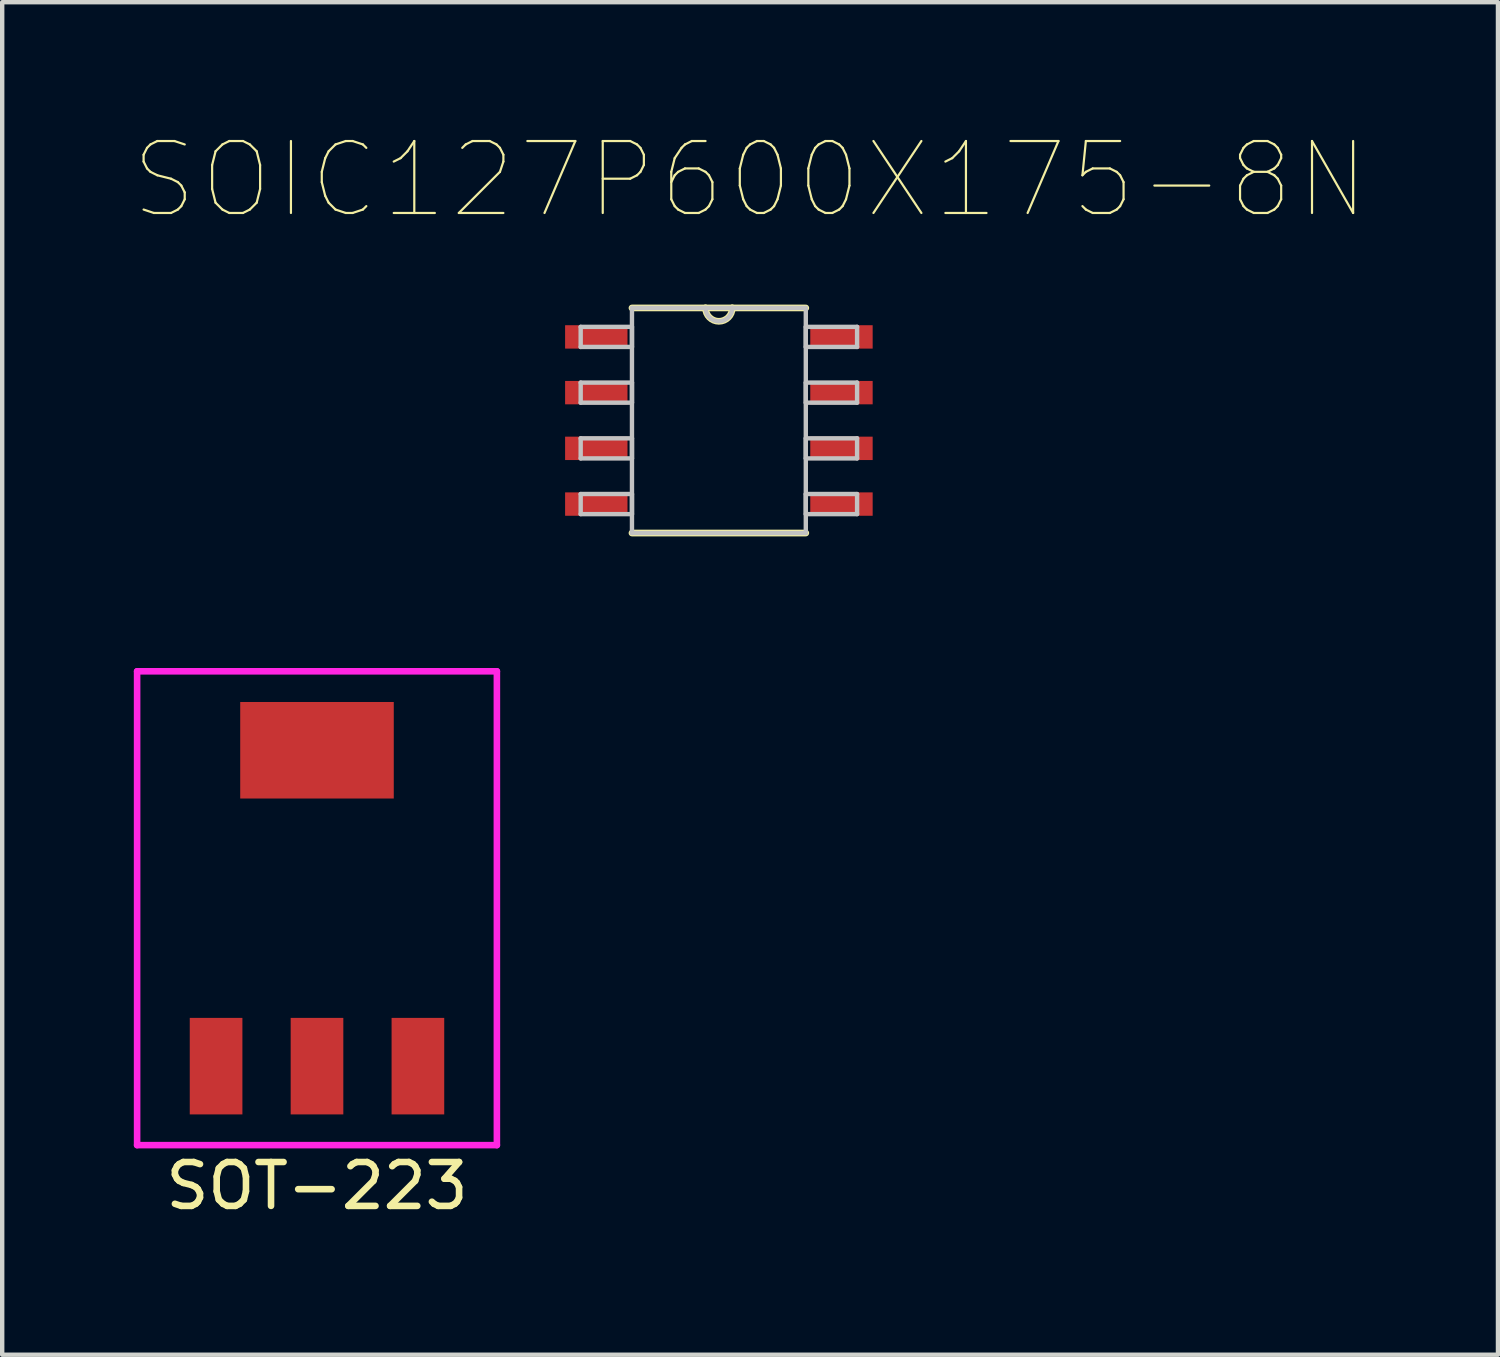
<source format=kicad_pcb>
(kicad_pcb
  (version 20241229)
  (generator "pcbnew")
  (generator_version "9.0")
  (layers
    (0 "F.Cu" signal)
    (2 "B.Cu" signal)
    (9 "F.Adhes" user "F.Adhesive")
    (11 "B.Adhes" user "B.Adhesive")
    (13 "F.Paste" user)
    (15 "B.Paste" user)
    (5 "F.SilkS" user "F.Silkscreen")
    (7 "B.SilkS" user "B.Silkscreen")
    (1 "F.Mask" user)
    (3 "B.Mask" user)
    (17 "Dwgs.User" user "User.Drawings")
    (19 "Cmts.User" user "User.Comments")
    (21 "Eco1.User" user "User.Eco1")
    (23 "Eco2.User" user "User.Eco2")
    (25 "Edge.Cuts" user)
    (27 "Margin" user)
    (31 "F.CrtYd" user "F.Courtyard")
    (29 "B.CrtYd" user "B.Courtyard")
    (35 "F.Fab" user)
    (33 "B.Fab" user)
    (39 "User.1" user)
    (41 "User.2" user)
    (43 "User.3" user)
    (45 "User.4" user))
  (footprint "SOIC127P600X175-8N"
    (layer "F.Cu")
    (at 13.335 6.534)
    (property "Reference" "SOIC127P600X175-8N" (at 0.711 -5.486 0) (layer "F.SilkS") (effects (font (size 1.64 1.64) (thickness 0.05))))
    (attr smd)
    (fp_line (start -1.981 2.565) (end 1.981 2.565) (stroke (width 0.152) (type solid)) (layer "F.SilkS"))
    (fp_line (start -0.305 -2.565) (end -1.981 -2.565) (stroke (width 0.152) (type solid)) (layer "F.SilkS"))
    (fp_line (start 0.305 -2.565) (end -0.305 -2.565) (stroke (width 0.152) (type solid)) (layer "F.SilkS"))
    (fp_line (start 1.981 -2.565) (end 0.305 -2.565) (stroke (width 0.152) (type solid)) (layer "F.SilkS"))
    (fp_arc (start 0.3048 -2.5654) (mid 0 -2.2606) (end -0.3048 -2.5654) (stroke (width 0.1524) (type solid)) (layer "F.SilkS"))
    (fp_line (start -3.15 -2.134) (end -3.15 -1.676) (stroke (width 0.1) (type solid)) (layer "Dwgs.User"))
    (fp_line (start -3.15 -1.676) (end -1.981 -1.676) (stroke (width 0.1) (type solid)) (layer "Dwgs.User"))
    (fp_line (start -3.15 -0.864) (end -3.15 -0.406) (stroke (width 0.1) (type solid)) (layer "Dwgs.User"))
    (fp_line (start -3.15 -0.406) (end -1.981 -0.406) (stroke (width 0.1) (type solid)) (layer "Dwgs.User"))
    (fp_line (start -3.15 0.406) (end -3.15 0.864) (stroke (width 0.1) (type solid)) (layer "Dwgs.User"))
    (fp_line (start -3.15 0.864) (end -1.981 0.864) (stroke (width 0.1) (type solid)) (layer "Dwgs.User"))
    (fp_line (start -3.15 1.676) (end -3.15 2.134) (stroke (width 0.1) (type solid)) (layer "Dwgs.User"))
    (fp_line (start -3.15 2.134) (end -1.981 2.134) (stroke (width 0.1) (type solid)) (layer "Dwgs.User"))
    (fp_line (start -1.981 -2.565) (end -1.981 2.565) (stroke (width 0.1) (type solid)) (layer "Dwgs.User"))
    (fp_line (start -1.981 -2.134) (end -3.15 -2.134) (stroke (width 0.1) (type solid)) (layer "Dwgs.User"))
    (fp_line (start -1.981 -1.676) (end -1.981 -2.134) (stroke (width 0.1) (type solid)) (layer "Dwgs.User"))
    (fp_line (start -1.981 -0.864) (end -3.15 -0.864) (stroke (width 0.1) (type solid)) (layer "Dwgs.User"))
    (fp_line (start -1.981 -0.406) (end -1.981 -0.864) (stroke (width 0.1) (type solid)) (layer "Dwgs.User"))
    (fp_line (start -1.981 0.406) (end -3.15 0.406) (stroke (width 0.1) (type solid)) (layer "Dwgs.User"))
    (fp_line (start -1.981 0.864) (end -1.981 0.406) (stroke (width 0.1) (type solid)) (layer "Dwgs.User"))
    (fp_line (start -1.981 1.676) (end -3.15 1.676) (stroke (width 0.1) (type solid)) (layer "Dwgs.User"))
    (fp_line (start -1.981 2.134) (end -1.981 1.676) (stroke (width 0.1) (type solid)) (layer "Dwgs.User"))
    (fp_line (start -1.981 2.565) (end 1.981 2.565) (stroke (width 0.1) (type solid)) (layer "Dwgs.User"))
    (fp_line (start -0.305 -2.565) (end -1.981 -2.565) (stroke (width 0.1) (type solid)) (layer "Dwgs.User"))
    (fp_line (start 0.305 -2.565) (end -0.305 -2.565) (stroke (width 0.1) (type solid)) (layer "Dwgs.User"))
    (fp_line (start 1.981 -2.565) (end 0.305 -2.565) (stroke (width 0.1) (type solid)) (layer "Dwgs.User"))
    (fp_line (start 1.981 -2.134) (end 1.981 -1.676) (stroke (width 0.1) (type solid)) (layer "Dwgs.User"))
    (fp_line (start 1.981 -1.676) (end 3.15 -1.676) (stroke (width 0.1) (type solid)) (layer "Dwgs.User"))
    (fp_line (start 1.981 -0.864) (end 1.981 -0.406) (stroke (width 0.1) (type solid)) (layer "Dwgs.User"))
    (fp_line (start 1.981 -0.406) (end 3.15 -0.406) (stroke (width 0.1) (type solid)) (layer "Dwgs.User"))
    (fp_line (start 1.981 0.406) (end 1.981 0.864) (stroke (width 0.1) (type solid)) (layer "Dwgs.User"))
    (fp_line (start 1.981 0.864) (end 3.15 0.864) (stroke (width 0.1) (type solid)) (layer "Dwgs.User"))
    (fp_line (start 1.981 1.676) (end 1.981 2.134) (stroke (width 0.1) (type solid)) (layer "Dwgs.User"))
    (fp_line (start 1.981 2.134) (end 3.15 2.134) (stroke (width 0.1) (type solid)) (layer "Dwgs.User"))
    (fp_line (start 1.981 2.565) (end 1.981 -2.565) (stroke (width 0.1) (type solid)) (layer "Dwgs.User"))
    (fp_line (start 3.15 -2.134) (end 1.981 -2.134) (stroke (width 0.1) (type solid)) (layer "Dwgs.User"))
    (fp_line (start 3.15 -1.676) (end 3.15 -2.134) (stroke (width 0.1) (type solid)) (layer "Dwgs.User"))
    (fp_line (start 3.15 -0.864) (end 1.981 -0.864) (stroke (width 0.1) (type solid)) (layer "Dwgs.User"))
    (fp_line (start 3.15 -0.406) (end 3.15 -0.864) (stroke (width 0.1) (type solid)) (layer "Dwgs.User"))
    (fp_line (start 3.15 0.406) (end 1.981 0.406) (stroke (width 0.1) (type solid)) (layer "Dwgs.User"))
    (fp_line (start 3.15 0.864) (end 3.15 0.406) (stroke (width 0.1) (type solid)) (layer "Dwgs.User"))
    (fp_line (start 3.15 1.676) (end 1.981 1.676) (stroke (width 0.1) (type solid)) (layer "Dwgs.User"))
    (fp_line (start 3.15 2.134) (end 3.15 1.676) (stroke (width 0.1) (type solid)) (layer "Dwgs.User"))
    (fp_arc (start 0.3048 -2.5654) (mid 0 -2.2606) (end -0.3048 -2.5654) (stroke (width 0.1) (type solid)) (layer "Dwgs.User"))
    (pad "1" smd rect (at -2.794 -1.905) (size 1.422 0.533) (layers "F.Cu" "F.Mask" "F.Paste"))
    (pad "2" smd rect (at -2.794 -0.635) (size 1.422 0.533) (layers "F.Cu" "F.Mask" "F.Paste"))
    (pad "3" smd rect (at -2.794 0.635) (size 1.422 0.533) (layers "F.Cu" "F.Mask" "F.Paste"))
    (pad "4" smd rect (at -2.794 1.905) (size 1.422 0.533) (layers "F.Cu" "F.Mask" "F.Paste"))
    (pad "5" smd rect (at 2.794 1.905) (size 1.422 0.533) (layers "F.Cu" "F.Mask" "F.Paste"))
    (pad "6" smd rect (at 2.794 0.635) (size 1.422 0.533) (layers "F.Cu" "F.Mask" "F.Paste"))
    (pad "7" smd rect (at 2.794 -0.635) (size 1.422 0.533) (layers "F.Cu" "F.Mask" "F.Paste"))
    (pad "8" smd rect (at 2.794 -1.905) (size 1.422 0.533) (layers "F.Cu" "F.Mask" "F.Paste")))
  (footprint "SOT-223"
    (layer "F.Cu")
    (at 4.175 17.25)
    (property "Reference" "SOT-223" (at 0 6.73 0) (layer "F.SilkS") (effects (font (size 1 1) (thickness 0.15))))
    (attr through_hole)
    (fp_line (start -4.1 -5) (end -4.1 5.8) (stroke (width 0.15) (type solid)) (layer "F.CrtYd"))
    (fp_line (start -4.1 -5) (end 4.1 -5) (stroke (width 0.15) (type solid)) (layer "F.CrtYd"))
    (fp_line (start -4.1 5.8) (end 4.1 5.8) (stroke (width 0.15) (type solid)) (layer "F.CrtYd"))
    (fp_line (start 4.1 -5) (end 4.1 5.8) (stroke (width 0.15) (type solid)) (layer "F.CrtYd"))
    (pad "1" smd rect (at -2.3 4) (size 1.2 2.2) (layers "F.Cu" "F.Mask" "F.Paste"))
    (pad "2" smd rect (at 0 4) (size 1.2 2.2) (layers "F.Cu" "F.Mask" "F.Paste"))
    (pad "3" smd rect (at 2.3 4) (size 1.2 2.2) (layers "F.Cu" "F.Mask" "F.Paste"))
    (pad "4" smd rect (at 0 -3.2) (size 3.5 2.2) (layers "F.Cu" "F.Mask" "F.Paste")))
  (gr_rect
    (start -3 -3)
    (end 31.092 27.828)
    (stroke (width 0.1) (type default))
    (fill no)
    (layer "Edge.Cuts")))
</source>
